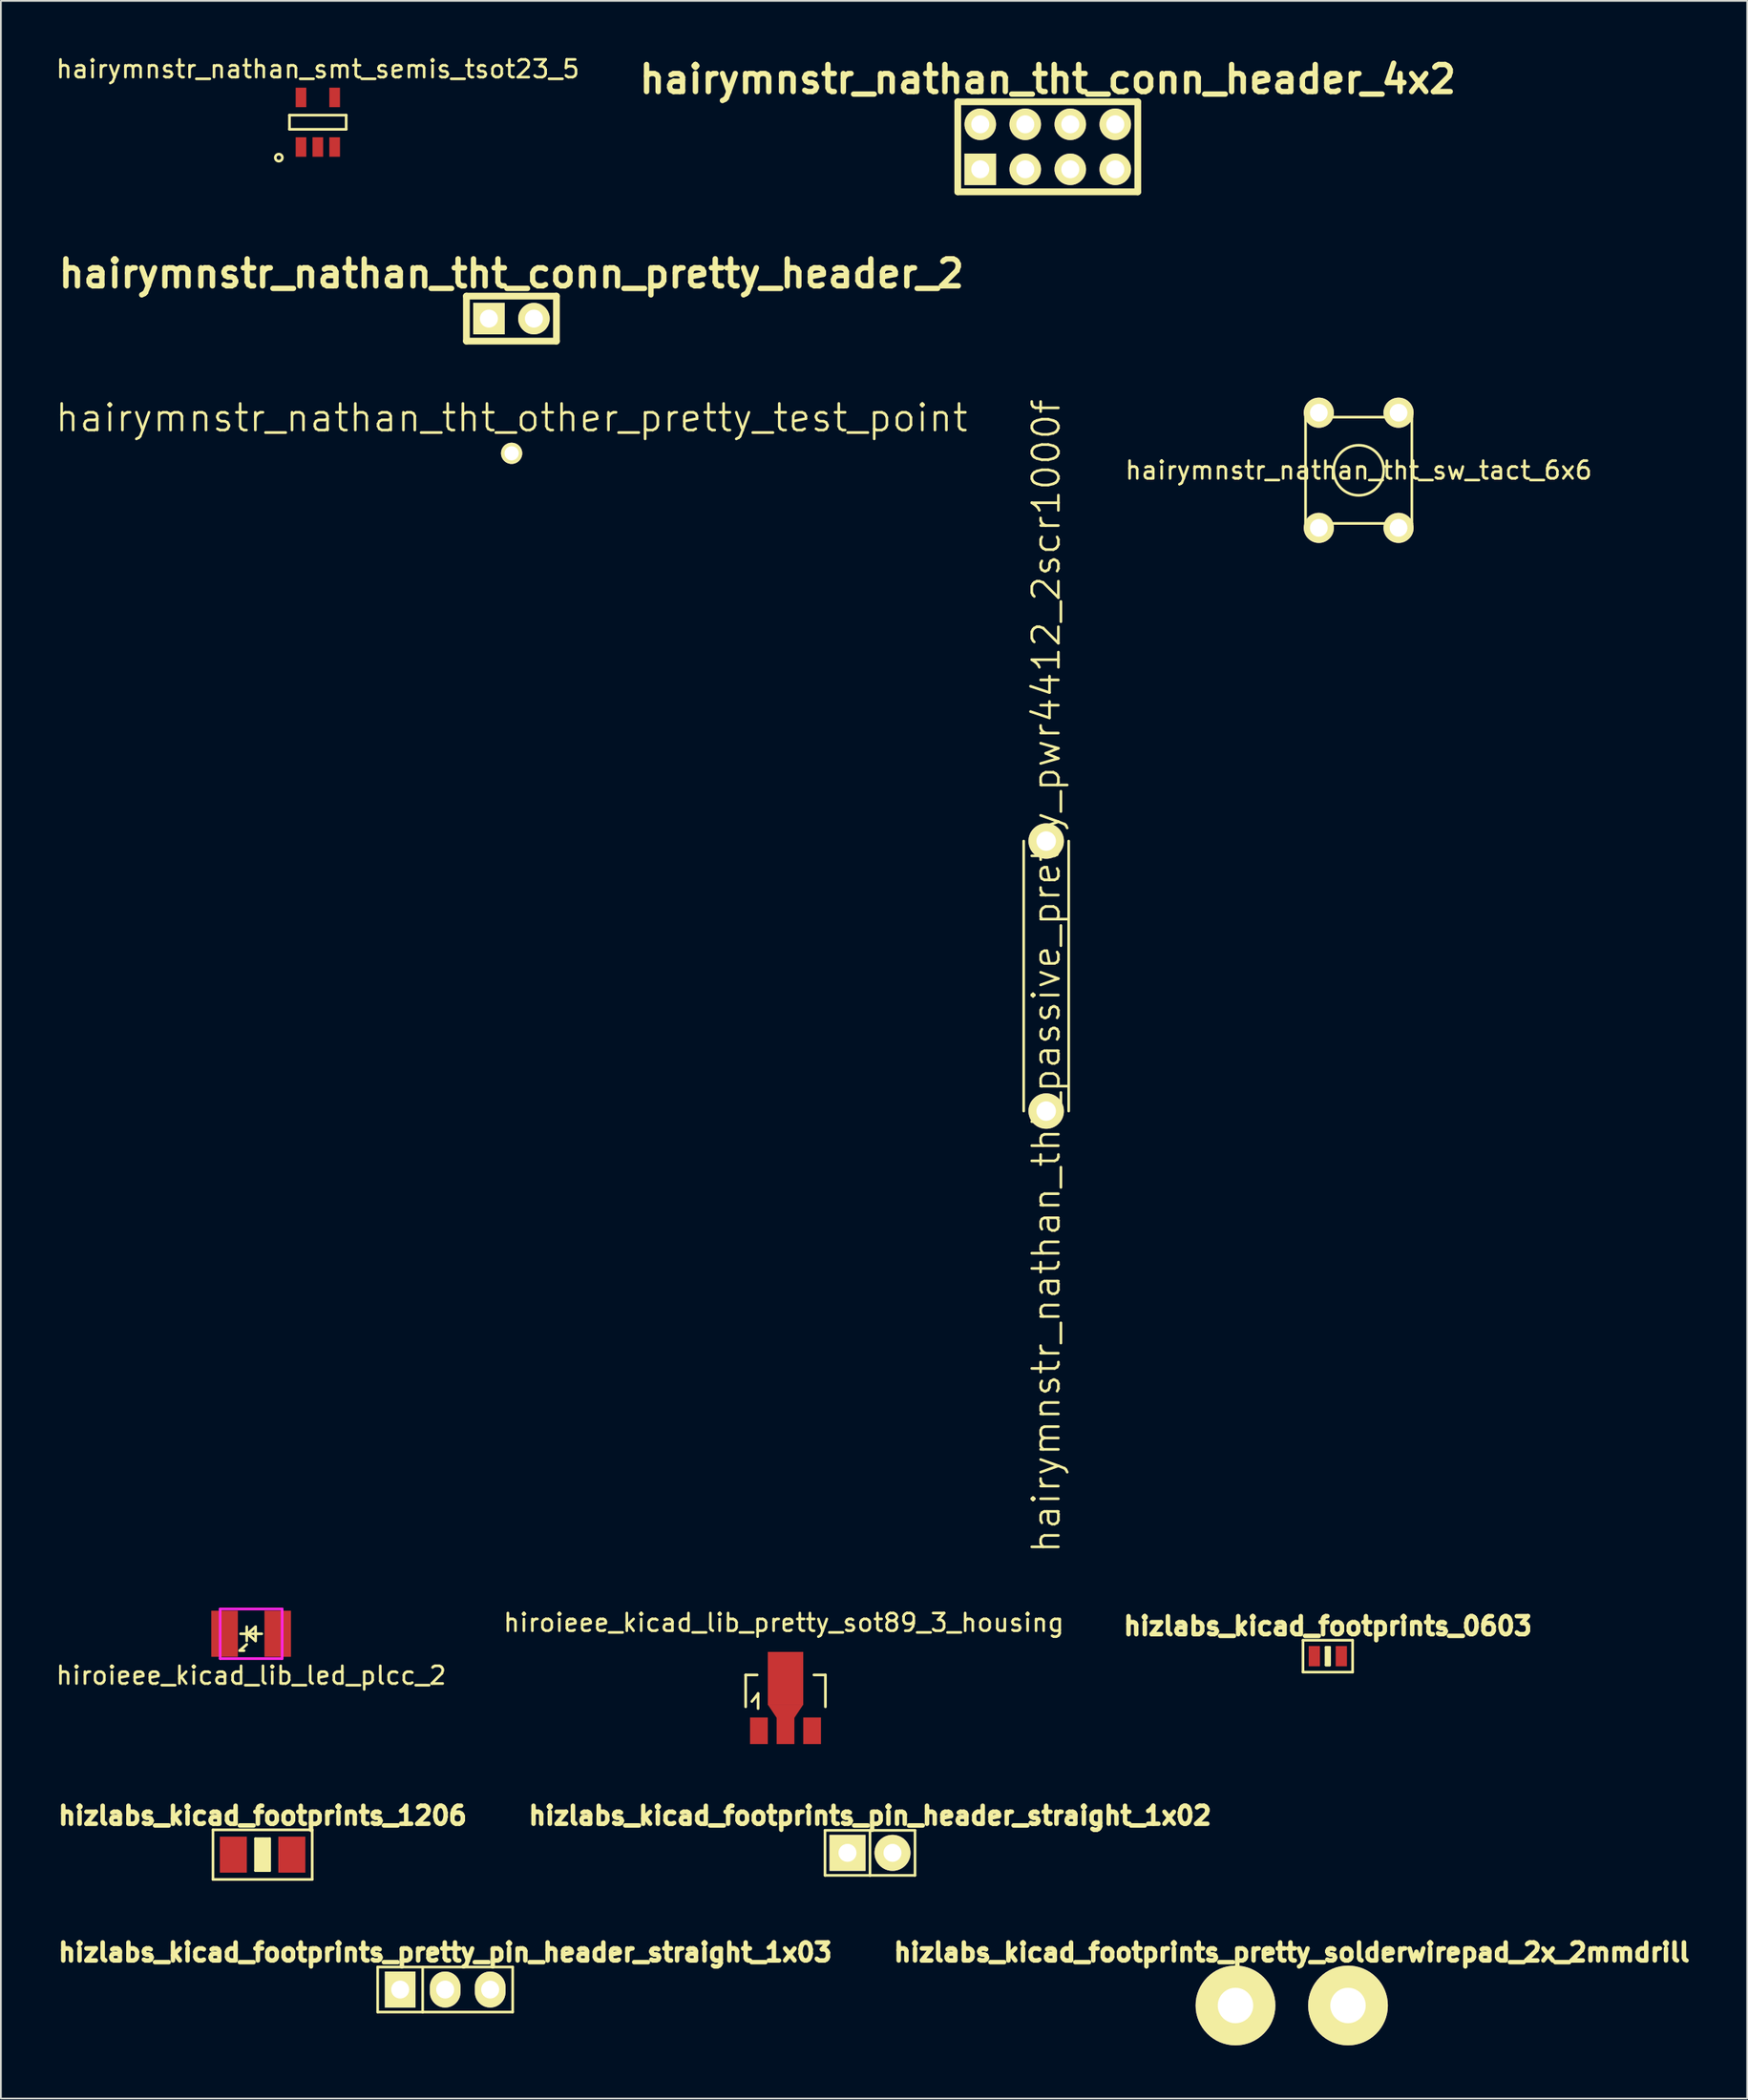
<source format=kicad_pcb>
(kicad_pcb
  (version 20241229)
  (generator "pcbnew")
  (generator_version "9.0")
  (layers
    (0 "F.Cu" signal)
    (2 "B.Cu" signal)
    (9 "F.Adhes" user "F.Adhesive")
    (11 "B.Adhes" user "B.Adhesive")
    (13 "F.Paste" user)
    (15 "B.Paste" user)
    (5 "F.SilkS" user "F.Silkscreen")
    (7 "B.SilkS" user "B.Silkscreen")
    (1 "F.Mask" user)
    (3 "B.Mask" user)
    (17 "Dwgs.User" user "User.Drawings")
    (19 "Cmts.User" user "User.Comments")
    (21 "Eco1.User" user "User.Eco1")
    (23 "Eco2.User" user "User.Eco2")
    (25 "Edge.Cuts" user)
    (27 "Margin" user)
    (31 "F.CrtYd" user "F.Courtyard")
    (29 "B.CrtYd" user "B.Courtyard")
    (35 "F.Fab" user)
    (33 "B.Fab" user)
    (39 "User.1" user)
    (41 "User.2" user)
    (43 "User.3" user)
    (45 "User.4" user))
  (footprint "hizlabs_kicad_footprints_pin_header_straight_1x02"
    (layer "F.Cu")
    (at 46.051 101.527)
    (property "Reference" "hizlabs_kicad_footprints_pin_header_straight_1x02" (at 0 -2.1 0) (layer "F.SilkS") (effects (font (size 1.016 1.016) (thickness 0.254))))
    (attr through_hole)
    (fp_line (start -2.54 -1.27) (end -2.54 1.27) (stroke (width 0.15) (type solid)) (layer "F.SilkS"))
    (fp_line (start -2.54 1.27) (end 0 1.27) (stroke (width 0.15) (type solid)) (layer "F.SilkS"))
    (fp_line (start 0 -1.27) (end 0 1.27) (stroke (width 0.15) (type solid)) (layer "F.SilkS"))
    (fp_line (start 0 1.27) (end 2.54 1.27) (stroke (width 0.15) (type solid)) (layer "F.SilkS"))
    (fp_line (start 2.54 -1.27) (end -2.54 -1.27) (stroke (width 0.15) (type solid)) (layer "F.SilkS"))
    (fp_line (start 2.54 1.27) (end 2.54 -1.27) (stroke (width 0.15) (type solid)) (layer "F.SilkS"))
    (pad "1" thru_hole rect (at -1.27 0) (size 2.032 2.032) (drill 1.016) (layers "*.Cu" "*.Mask" "F.SilkS"))
    (pad "2" thru_hole oval (at 1.27 0) (size 2.032 2.032) (drill 1.016) (layers "*.Cu" "*.Mask" "F.SilkS")))
  (footprint "hiroieee_kicad_lib_led_plcc_2"
    (layer "F.Cu")
    (at 11.125 89.162)
    (property "Reference" "hiroieee_kicad_lib_led_plcc_2" (at 0 2.35 0) (layer "F.SilkS") (effects (font (size 1 1) (thickness 0.15))))
    (attr through_hole)
    (fp_line (start -0.65 0.95) (end -0.4 0.95) (stroke (width 0.15) (type solid)) (layer "F.SilkS"))
    (fp_line (start -0.6 0) (end 0.6 0) (stroke (width 0.15) (type solid)) (layer "F.SilkS"))
    (fp_line (start -0.25 -0.4) (end -0.25 0.4) (stroke (width 0.15) (type solid)) (layer "F.SilkS"))
    (fp_line (start -0.25 0.6) (end -0.65 0.95) (stroke (width 0.15) (type solid)) (layer "F.SilkS"))
    (fp_line (start -0.2 0) (end 0.25 -0.4) (stroke (width 0.15) (type solid)) (layer "F.SilkS"))
    (fp_line (start 0.25 -0.4) (end 0.25 0.4) (stroke (width 0.15) (type solid)) (layer "F.SilkS"))
    (fp_line (start 0.25 0.4) (end -0.2 0) (stroke (width 0.15) (type solid)) (layer "F.SilkS"))
    (fp_line (start -1.75 -1.4) (end 1.75 -1.4) (stroke (width 0.15) (type solid)) (layer "F.CrtYd"))
    (fp_line (start -1.75 1.4) (end -1.75 -1.4) (stroke (width 0.15) (type solid)) (layer "F.CrtYd"))
    (fp_line (start 1.75 -1.4) (end 1.75 1.4) (stroke (width 0.15) (type solid)) (layer "F.CrtYd"))
    (fp_line (start 1.75 1.4) (end -1.75 1.4) (stroke (width 0.15) (type solid)) (layer "F.CrtYd"))
    (pad "1" smd rect (at -1.5 0) (size 1.5 2.6) (layers "F.Cu" "F.Mask" "F.Paste"))
    (pad "2" smd rect (at 1.5 0) (size 1.5 2.6) (layers "F.Cu" "F.Mask" "F.Paste")))
  (footprint "hizlabs_kicad_footprints_pretty_solderwirepad_2x_2mmdrill"
    (layer "F.Cu")
    (at 69.854 110.142)
    (property "Reference" "hizlabs_kicad_footprints_pretty_solderwirepad_2x_2mmdrill" (at 0 -3 0) (layer "F.SilkS") (effects (font (size 1.016 1.016) (thickness 0.254))))
    (attr through_hole)
    (pad "1" thru_hole circle (at -3.175 0) (size 4.501 4.501) (drill 1.999) (layers "*.Cu" "*.Mask" "F.SilkS"))
    (pad "2" thru_hole circle (at 3.175 0) (size 4.501 4.501) (drill 1.999) (layers "*.Cu" "*.Mask" "F.SilkS")))
  (footprint "hizlabs_kicad_footprints_1206"
    (layer "F.Cu")
    (at 11.77 101.627)
    (property "Reference" "hizlabs_kicad_footprints_1206" (at 0 -2.2 0) (layer "F.SilkS") (effects (font (size 1.016 1.016) (thickness 0.254))))
    (attr smd)
    (fp_line (start -2.8 -1.4) (end 2.8 -1.4) (stroke (width 0.15) (type solid)) (layer "F.SilkS"))
    (fp_line (start -2.8 1.4) (end -2.8 -1.4) (stroke (width 0.15) (type solid)) (layer "F.SilkS"))
    (fp_line (start -0.4 -0.9) (end -0.4 0.9) (stroke (width 0.15) (type solid)) (layer "F.SilkS"))
    (fp_line (start -0.4 -0.9) (end 0.4 -0.9) (stroke (width 0.15) (type solid)) (layer "F.SilkS"))
    (fp_line (start -0.4 0.9) (end 0.4 0.9) (stroke (width 0.15) (type solid)) (layer "F.SilkS"))
    (fp_line (start -0.3 -0.8) (end -0.3 0.8) (stroke (width 0.15) (type solid)) (layer "F.SilkS"))
    (fp_line (start -0.3 0.8) (end 0.3 0.8) (stroke (width 0.15) (type solid)) (layer "F.SilkS"))
    (fp_line (start 0 -0.6) (end 0 0.6) (stroke (width 0.7) (type solid)) (layer "F.SilkS"))
    (fp_line (start 0.3 -0.8) (end -0.3 -0.8) (stroke (width 0.15) (type solid)) (layer "F.SilkS"))
    (fp_line (start 0.3 0.8) (end 0.3 -0.8) (stroke (width 0.15) (type solid)) (layer "F.SilkS"))
    (fp_line (start 0.4 0.9) (end 0.4 -0.9) (stroke (width 0.15) (type solid)) (layer "F.SilkS"))
    (fp_line (start 2.8 -1.4) (end 2.8 1.4) (stroke (width 0.15) (type solid)) (layer "F.SilkS"))
    (fp_line (start 2.8 1.4) (end -2.8 1.4) (stroke (width 0.15) (type solid)) (layer "F.SilkS"))
    (pad "1" smd rect (at -1.651 0) (size 1.524 2.032) (layers "F.Cu" "F.Mask" "F.Paste"))
    (pad "2" smd rect (at 1.651 0) (size 1.524 2.032) (layers "F.Cu" "F.Mask" "F.Paste")))
  (footprint "hizlabs_kicad_footprints_0603"
    (layer "F.Cu")
    (at 71.889 90.427)
    (property "Reference" "hizlabs_kicad_footprints_0603" (at 0 -1.7 0) (layer "F.SilkS") (effects (font (size 1.016 1.016) (thickness 0.254))))
    (attr smd)
    (fp_line (start -1.4 -0.9) (end 1.4 -0.9) (stroke (width 0.15) (type solid)) (layer "F.SilkS"))
    (fp_line (start -1.4 0.9) (end -1.4 -0.9) (stroke (width 0.15) (type solid)) (layer "F.SilkS"))
    (fp_line (start -0.1 -0.5) (end -0.1 0.5) (stroke (width 0.15) (type solid)) (layer "F.SilkS"))
    (fp_line (start -0.1 0.5) (end 0.1 0.5) (stroke (width 0.15) (type solid)) (layer "F.SilkS"))
    (fp_line (start 0 0.5) (end 0 -0.5) (stroke (width 0.15) (type solid)) (layer "F.SilkS"))
    (fp_line (start 0.1 -0.5) (end -0.1 -0.5) (stroke (width 0.15) (type solid)) (layer "F.SilkS"))
    (fp_line (start 0.1 0.5) (end 0.1 -0.5) (stroke (width 0.15) (type solid)) (layer "F.SilkS"))
    (fp_line (start 1.4 -0.9) (end 1.4 0.9) (stroke (width 0.15) (type solid)) (layer "F.SilkS"))
    (fp_line (start 1.4 0.9) (end -1.4 0.9) (stroke (width 0.15) (type solid)) (layer "F.SilkS"))
    (pad "1" smd rect (at -0.762 0) (size 0.635 1.143) (layers "F.Cu" "F.Mask" "F.Paste"))
    (pad "2" smd rect (at 0.762 0) (size 0.635 1.143) (layers "F.Cu" "F.Mask" "F.Paste")))
  (footprint "hiroieee_kicad_lib_pretty_sot89_3_housing"
    (layer "F.Cu")
    (at 41.284 92.784)
    (property "Reference" "hiroieee_kicad_lib_pretty_sot89_3_housing" (at -0.099 -4.249 0) (layer "F.SilkS") (effects (font (size 1 1) (thickness 0.15))))
    (attr smd)
    (fp_line (start -2.25 -1.3) (end -2.25 0.5) (stroke (width 0.15) (type solid)) (layer "F.SilkS"))
    (fp_line (start -2.25 -1.3) (end -1.6 -1.3) (stroke (width 0.15) (type solid)) (layer "F.SilkS"))
    (fp_line (start -1.9 0.201) (end -1.651 -0.099) (stroke (width 0.15) (type solid)) (layer "F.SilkS"))
    (fp_line (start -1.651 -0.099) (end -1.549 -0.249) (stroke (width 0.15) (type solid)) (layer "F.SilkS"))
    (fp_line (start -1.549 -0.249) (end -1.549 0.599) (stroke (width 0.15) (type solid)) (layer "F.SilkS"))
    (fp_line (start 2.25 -1.3) (end 1.6 -1.3) (stroke (width 0.15) (type solid)) (layer "F.SilkS"))
    (fp_line (start 2.25 -1.3) (end 2.25 0.5) (stroke (width 0.15) (type solid)) (layer "F.SilkS"))
    (pad "1" smd rect (at 1.501 1.852) (size 1.001 1.501) (layers "F.Cu" "F.Mask" "F.Paste"))
    (pad "2" smd rect (at 0 -1.1) (size 1.999 3) (layers "F.Cu" "F.Mask" "F.Paste"))
    (pad "2" smd trapezoid (at 0 0.749 180) (size 1.501 0.749) (rect_delta 0 0.5) (layers "F.Cu" "F.Mask" "F.Paste"))
    (pad "2" smd rect (at 0 1.852) (size 1.001 1.501) (layers "F.Cu" "F.Mask" "F.Paste"))
    (pad "3" smd rect (at -1.501 1.852) (size 1.001 1.501) (layers "F.Cu" "F.Mask" "F.Paste")))
  (footprint "hairymnstr_nathan_tht_sw_tact_6x6"
    (layer "F.Cu")
    (at 73.632 23.494)
    (property "Reference" "hairymnstr_nathan_tht_sw_tact_6x6" (at 0 0 0) (layer "F.SilkS") (effects (font (size 1 1) (thickness 0.15))))
    (attr through_hole)
    (fp_line (start -3 -3) (end 3 -3) (stroke (width 0.15) (type solid)) (layer "F.SilkS"))
    (fp_line (start -3 3) (end -3 -3) (stroke (width 0.15) (type solid)) (layer "F.SilkS"))
    (fp_line (start 3 -3) (end 3 3) (stroke (width 0.15) (type solid)) (layer "F.SilkS"))
    (fp_line (start 3 3) (end -3 3) (stroke (width 0.15) (type solid)) (layer "F.SilkS"))
    (fp_circle (center 0 0) (end -1 -1) (stroke (width 0.15) (type solid)) (fill no) (layer "F.SilkS"))
    (pad "1" thru_hole circle (at -2.25 -3.25) (size 1.7 1.7) (drill 1) (layers "*.Cu" "*.Mask" "F.SilkS"))
    (pad "2" thru_hole circle (at 2.25 -3.25) (size 1.7 1.7) (drill 1) (layers "*.Cu" "*.Mask" "F.SilkS"))
    (pad "3" thru_hole circle (at -2.25 3.25) (size 1.7 1.7) (drill 1) (layers "*.Cu" "*.Mask" "F.SilkS"))
    (pad "4" thru_hole circle (at 2.25 3.25) (size 1.7 1.7) (drill 1) (layers "*.Cu" "*.Mask" "F.SilkS")))
  (footprint "hairymnstr_nathan_tht_conn_header_4x2"
    (layer "F.Cu")
    (at 56.084 5.236)
    (property "Reference" "hairymnstr_nathan_tht_conn_header_4x2" (at 0 -3.81 0) (layer "F.SilkS") (effects (font (size 1.524 1.524) (thickness 0.305))))
    (attr through_hole)
    (fp_line (start -5.08 -2.54) (end 5.08 -2.54) (stroke (width 0.381) (type solid)) (layer "F.SilkS"))
    (fp_line (start -5.08 2.54) (end -5.08 -2.54) (stroke (width 0.381) (type solid)) (layer "F.SilkS"))
    (fp_line (start 5.08 -2.54) (end 5.08 2.54) (stroke (width 0.381) (type solid)) (layer "F.SilkS"))
    (fp_line (start 5.08 2.54) (end -5.08 2.54) (stroke (width 0.381) (type solid)) (layer "F.SilkS"))
    (pad "1" thru_hole rect (at -3.81 1.27) (size 1.778 1.778) (drill 1.016) (layers "*.Cu" "*.Mask" "F.SilkS"))
    (pad "2" thru_hole circle (at -3.81 -1.27) (size 1.778 1.778) (drill 1.016) (layers "*.Cu" "*.Mask" "F.SilkS"))
    (pad "3" thru_hole circle (at -1.27 1.27) (size 1.778 1.778) (drill 1.016) (layers "*.Cu" "*.Mask" "F.SilkS"))
    (pad "4" thru_hole circle (at -1.27 -1.27) (size 1.778 1.778) (drill 1.016) (layers "*.Cu" "*.Mask" "F.SilkS"))
    (pad "5" thru_hole circle (at 1.27 1.27) (size 1.778 1.778) (drill 1.016) (layers "*.Cu" "*.Mask" "F.SilkS"))
    (pad "6" thru_hole circle (at 1.27 -1.27) (size 1.778 1.778) (drill 1.016) (layers "*.Cu" "*.Mask" "F.SilkS"))
    (pad "7" thru_hole circle (at 3.81 1.27) (size 1.778 1.778) (drill 1.016) (layers "*.Cu" "*.Mask" "F.SilkS"))
    (pad "8" thru_hole circle (at 3.81 -1.27) (size 1.778 1.778) (drill 1.016) (layers "*.Cu" "*.Mask" "F.SilkS")))
  (footprint "hairymnstr_nathan_smt_semis_tsot23_5"
    (layer "F.Cu")
    (at 14.887 3.848)
    (property "Reference" "hairymnstr_nathan_smt_semis_tsot23_5" (at 0 -3 0) (layer "F.SilkS") (effects (font (size 1 1) (thickness 0.15))))
    (attr smd)
    (fp_line (start -1.6 -0.4) (end 1.6 -0.4) (stroke (width 0.15) (type solid)) (layer "F.SilkS"))
    (fp_line (start -1.6 0.4) (end -1.6 -0.4) (stroke (width 0.15) (type solid)) (layer "F.SilkS"))
    (fp_line (start 1.6 -0.4) (end 1.6 0.4) (stroke (width 0.15) (type solid)) (layer "F.SilkS"))
    (fp_line (start 1.6 0.4) (end -1.6 0.4) (stroke (width 0.15) (type solid)) (layer "F.SilkS"))
    (fp_circle (center -2.2 2) (end -2.2 1.8) (stroke (width 0.15) (type solid)) (fill no) (layer "F.SilkS"))
    (pad "1" smd rect (at -0.95 1.4) (size 0.6 1.1) (layers "F.Cu" "F.Mask" "F.Paste"))
    (pad "2" smd rect (at 0 1.4) (size 0.6 1.1) (layers "F.Cu" "F.Mask" "F.Paste"))
    (pad "3" smd rect (at 0.95 1.4) (size 0.6 1.1) (layers "F.Cu" "F.Mask" "F.Paste"))
    (pad "4" smd rect (at 0.95 -1.4) (size 0.6 1.1) (layers "F.Cu" "F.Mask" "F.Paste"))
    (pad "5" smd rect (at -0.95 -1.4) (size 0.6 1.1) (layers "F.Cu" "F.Mask" "F.Paste")))
  (footprint "hairymnstr_nathan_tht_other_pretty_test_point"
    (layer "F.Cu")
    (at 25.825 22.535)
    (property "Reference" "hairymnstr_nathan_tht_other_pretty_test_point" (at 0 -2 0) (layer "F.SilkS") (effects (font (size 1.5 1.5) (thickness 0.15))))
    (attr through_hole)
    (pad "1" thru_hole circle (at 0 0) (size 1.2 1.2) (drill 0.8) (layers "*.Cu" "*.Mask" "F.SilkS")))
  (footprint "hairymnstr_nathan_tht_conn_pretty_header_2"
    (layer "F.Cu")
    (at 25.814 14.933)
    (property "Reference" "hairymnstr_nathan_tht_conn_pretty_header_2" (at 0 -2.54 0) (layer "F.SilkS") (effects (font (size 1.524 1.524) (thickness 0.305))))
    (attr through_hole)
    (fp_line (start -2.54 -1.27) (end 2.54 -1.27) (stroke (width 0.381) (type solid)) (layer "F.SilkS"))
    (fp_line (start -2.54 1.27) (end -2.54 -1.27) (stroke (width 0.381) (type solid)) (layer "F.SilkS"))
    (fp_line (start 2.54 -1.27) (end 2.54 1.27) (stroke (width 0.381) (type solid)) (layer "F.SilkS"))
    (fp_line (start 2.54 1.27) (end -2.54 1.27) (stroke (width 0.381) (type solid)) (layer "F.SilkS"))
    (pad "1" thru_hole rect (at -1.27 0) (size 1.778 1.778) (drill 1.016) (layers "*.Cu" "*.Mask" "F.SilkS"))
    (pad "2" thru_hole circle (at 1.27 0) (size 1.778 1.778) (drill 1.016) (layers "*.Cu" "*.Mask" "F.SilkS")))
  (footprint "hizlabs_kicad_footprints_pretty_pin_header_straight_1x03"
    (layer "F.Cu")
    (at 22.075 109.242)
    (property "Reference" "hizlabs_kicad_footprints_pretty_pin_header_straight_1x03" (at 0 -2.1 0) (layer "F.SilkS") (effects (font (size 1.016 1.016) (thickness 0.254))))
    (attr through_hole)
    (fp_line (start -3.81 -1.27) (end -3.81 1.27) (stroke (width 0.15) (type solid)) (layer "F.SilkS"))
    (fp_line (start -3.81 -1.27) (end -1.27 -1.27) (stroke (width 0.15) (type solid)) (layer "F.SilkS"))
    (fp_line (start -3.81 1.27) (end -1.27 1.27) (stroke (width 0.15) (type solid)) (layer "F.SilkS"))
    (fp_line (start -1.27 -1.27) (end -1.27 1.27) (stroke (width 0.15) (type solid)) (layer "F.SilkS"))
    (fp_line (start -1.27 1.27) (end 3.81 1.27) (stroke (width 0.15) (type solid)) (layer "F.SilkS"))
    (fp_line (start 3.81 -1.27) (end -1.27 -1.27) (stroke (width 0.15) (type solid)) (layer "F.SilkS"))
    (fp_line (start 3.81 1.27) (end 3.81 -1.27) (stroke (width 0.15) (type solid)) (layer "F.SilkS"))
    (pad "1" thru_hole rect (at -2.54 0) (size 1.727 2.032) (drill 1.016) (layers "*.Cu" "*.Mask" "F.SilkS"))
    (pad "2" thru_hole oval (at 0 0) (size 1.727 2.032) (drill 1.016) (layers "*.Cu" "*.Mask" "F.SilkS"))
    (pad "3" thru_hole oval (at 2.54 0) (size 1.727 2.032) (drill 1.016) (layers "*.Cu" "*.Mask" "F.SilkS")))
  (footprint "hairymnstr_nathan_tht_passive_pretty_pwr4412_2scr1000f"
    (layer "F.Cu")
    (at 55.995 52.04)
    (property "Reference" "hairymnstr_nathan_tht_passive_pretty_pwr4412_2scr1000f" (at 0 0 90) (layer "F.SilkS") (effects (font (size 1.5 1.5) (thickness 0.15))))
    (attr through_hole)
    (fp_line (start -1.27 -7.62) (end -1.27 7.62) (stroke (width 0.15) (type solid)) (layer "F.SilkS"))
    (fp_line (start 1.27 -7.62) (end 1.27 7.62) (stroke (width 0.15) (type solid)) (layer "F.SilkS"))
    (pad "1" thru_hole circle (at 0 7.62) (size 2 2) (drill 1.1) (layers "*.Cu" "*.Mask" "F.SilkS"))
    (pad "2" thru_hole circle (at 0 -7.62) (size 2 2) (drill 1.1) (layers "*.Cu" "*.Mask" "F.SilkS")))
  (gr_rect
    (start -3 -3)
    (end 95.558 115.392)
    (stroke (width 0.1) (type default))
    (fill no)
    (layer "Edge.Cuts")))
</source>
